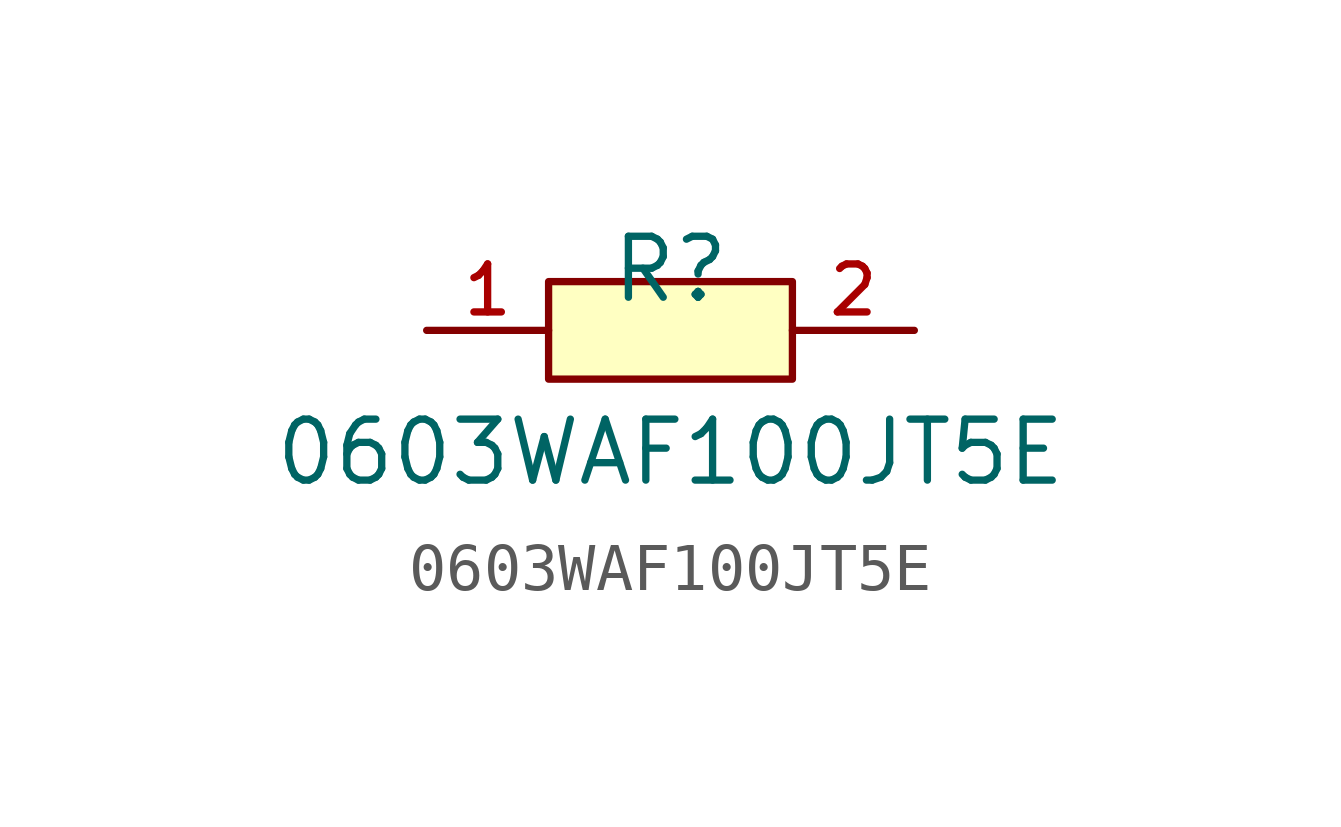
<source format=kicad_sym>
(kicad_symbol_lib
  (version 20210201)
  (generator TousstNicolas/JLC2KiCad_lib)
  (symbol "0603WAF100JT5E"
    (pin_names hide)
    (property "Reference" "R"
      (at 0 1.27 0)
      (effects (font (size 1.27 1.27))))
    (property "Value" "0603WAF100JT5E"
      (at 0 -2.54 0)
      (effects (font (size 1.27 1.27))))
    (symbol "0603WAF100JT5E_0_1"
      (pin input line (at 5.08 -0.0 180) (length 2.54) (name "2" (effects (font (size 1 1)))) (number "2" (effects (font (size 1 1)))))
      (pin input line (at -5.08 -0.0 0) (length 2.54) (name "1" (effects (font (size 1 1)))) (number "1" (effects (font (size 1 1)))))
      (rectangle (start -2.54 1.016) (end 2.54 -1.016) (stroke (width 0) (type default) (color 0 0 0 0)) (fill (type background))))))
</source>
